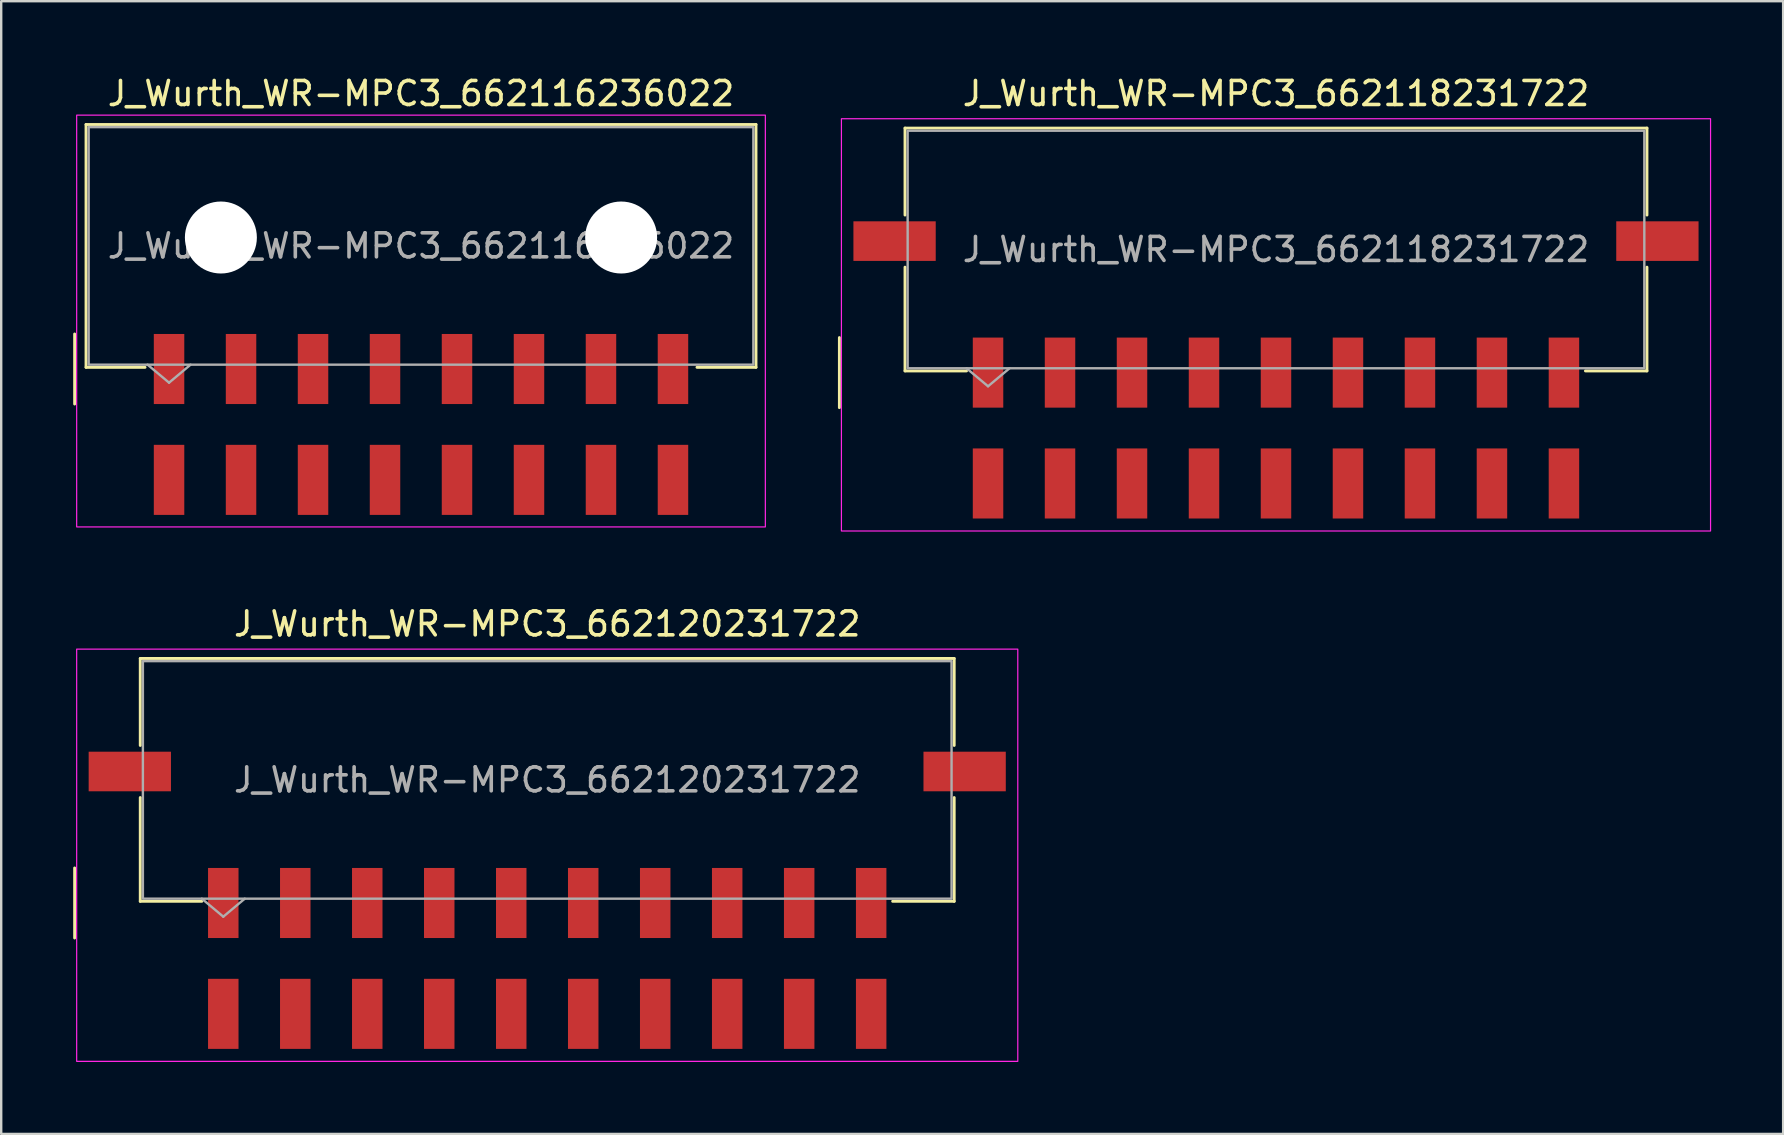
<source format=kicad_pcb>
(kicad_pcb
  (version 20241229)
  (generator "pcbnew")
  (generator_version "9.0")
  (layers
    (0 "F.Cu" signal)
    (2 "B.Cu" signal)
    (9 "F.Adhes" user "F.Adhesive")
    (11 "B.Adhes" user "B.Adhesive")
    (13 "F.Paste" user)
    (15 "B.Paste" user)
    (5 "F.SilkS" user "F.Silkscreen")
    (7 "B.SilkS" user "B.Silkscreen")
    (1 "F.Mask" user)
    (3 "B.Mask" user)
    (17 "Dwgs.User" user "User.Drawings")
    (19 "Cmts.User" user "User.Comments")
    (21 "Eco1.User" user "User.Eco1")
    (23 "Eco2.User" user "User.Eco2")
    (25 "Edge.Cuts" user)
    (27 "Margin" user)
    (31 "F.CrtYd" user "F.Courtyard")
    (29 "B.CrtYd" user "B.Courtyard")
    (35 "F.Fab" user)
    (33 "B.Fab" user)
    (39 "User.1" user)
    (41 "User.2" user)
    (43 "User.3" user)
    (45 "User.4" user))
  (footprint "J_Wurth_WR-MPC3_662118231722"
    (layer "F.Cu")
    (at 50.125 7.348)
    (property "Reference" "J_Wurth_WR-MPC3_662118231722" (at 0 -6.5 0) (unlocked yes) (layer "F.SilkS") (effects (font (size 1 1) (thickness 0.15))))
    (attr smd)
    (fp_line (start -18.195 6.59) (end -18.195 3.67) (stroke (width 0.12) (type solid)) (layer "F.SilkS"))
    (fp_line (start -15.46 -5.06) (end -15.46 -1.435) (stroke (width 0.12) (type solid)) (layer "F.SilkS"))
    (fp_line (start -15.46 -5.06) (end 15.46 -5.06) (stroke (width 0.12) (type default)) (layer "F.SilkS"))
    (fp_line (start -15.46 0.735) (end -15.46 5.06) (stroke (width 0.12) (type solid)) (layer "F.SilkS"))
    (fp_line (start -12.895 5.06) (end -15.46 5.06) (stroke (width 0.12) (type solid)) (layer "F.SilkS"))
    (fp_line (start 15.46 -5.06) (end 15.46 -1.435) (stroke (width 0.12) (type solid)) (layer "F.SilkS"))
    (fp_line (start 15.46 0.735) (end 15.46 5.06) (stroke (width 0.12) (type solid)) (layer "F.SilkS"))
    (fp_line (start 15.46 5.06) (end 12.895 5.06) (stroke (width 0.12) (type solid)) (layer "F.SilkS"))
    (fp_rect (start -18.11 -5.45) (end 18.11 11.73) (stroke (width 0.05) (type solid)) (fill no) (layer "F.CrtYd"))
    (fp_line (start -12 5.7) (end -12.895 4.95) (stroke (width 0.1) (type solid)) (layer "F.Fab"))
    (fp_line (start -12 5.7) (end -11.105 4.95) (stroke (width 0.1) (type solid)) (layer "F.Fab"))
    (fp_rect (start -15.35 -4.95) (end 15.35 4.95) (stroke (width 0.1) (type solid)) (fill no) (layer "F.Fab"))
    (fp_text user "${REFERENCE}" (at 0 0 0) (unlocked yes) (layer "F.Fab") (effects (font (size 1 1) (thickness 0.15))))
    (pad "1" smd rect (at -12 5.13 180) (size 1.27 2.92) (layers "F.Cu" "F.Mask" "F.Paste"))
    (pad "2" smd rect (at -9 5.13 180) (size 1.27 2.92) (layers "F.Cu" "F.Mask" "F.Paste"))
    (pad "3" smd rect (at -6 5.13 180) (size 1.27 2.92) (layers "F.Cu" "F.Mask" "F.Paste"))
    (pad "4" smd rect (at -3 5.13 180) (size 1.27 2.92) (layers "F.Cu" "F.Mask" "F.Paste"))
    (pad "5" smd rect (at 0 5.13 180) (size 1.27 2.92) (layers "F.Cu" "F.Mask" "F.Paste"))
    (pad "6" smd rect (at 3 5.13 180) (size 1.27 2.92) (layers "F.Cu" "F.Mask" "F.Paste"))
    (pad "7" smd rect (at 6 5.13 180) (size 1.27 2.92) (layers "F.Cu" "F.Mask" "F.Paste"))
    (pad "8" smd rect (at 9 5.13 180) (size 1.27 2.92) (layers "F.Cu" "F.Mask" "F.Paste"))
    (pad "9" smd rect (at 12 5.13 180) (size 1.27 2.92) (layers "F.Cu" "F.Mask" "F.Paste"))
    (pad "10" smd rect (at -12 9.75 180) (size 1.27 2.92) (layers "F.Cu" "F.Mask" "F.Paste"))
    (pad "11" smd rect (at -9 9.75 180) (size 1.27 2.92) (layers "F.Cu" "F.Mask" "F.Paste"))
    (pad "12" smd rect (at -6 9.75 180) (size 1.27 2.92) (layers "F.Cu" "F.Mask" "F.Paste"))
    (pad "13" smd rect (at -3 9.75 180) (size 1.27 2.92) (layers "F.Cu" "F.Mask" "F.Paste"))
    (pad "14" smd rect (at 0 9.75 180) (size 1.27 2.92) (layers "F.Cu" "F.Mask" "F.Paste"))
    (pad "15" smd rect (at 3 9.75 180) (size 1.27 2.92) (layers "F.Cu" "F.Mask" "F.Paste"))
    (pad "16" smd rect (at 6 9.75 180) (size 1.27 2.92) (layers "F.Cu" "F.Mask" "F.Paste"))
    (pad "17" smd rect (at 9 9.75 180) (size 1.27 2.92) (layers "F.Cu" "F.Mask" "F.Paste"))
    (pad "18" smd rect (at 12 9.75 180) (size 1.27 2.92) (layers "F.Cu" "F.Mask" "F.Paste"))
    (pad "MP1" smd rect (at 15.895 -0.35 180) (size 3.43 1.65) (layers "F.Cu" "F.Mask" "F.Paste"))
    (pad "MP2" smd rect (at -15.895 -0.35 180) (size 3.43 1.65) (layers "F.Cu" "F.Mask" "F.Paste")))
  (footprint "J_Wurth_WR-MPC3_662116236022"
    (layer "F.Cu")
    (at 14.495 7.198)
    (property "Reference" "J_Wurth_WR-MPC3_662116236022" (at 0 -6.35 0) (unlocked yes) (layer "F.SilkS") (effects (font (size 1 1) (thickness 0.15))))
    (attr smd)
    (fp_line (start -14.435 6.59) (end -14.435 3.67) (stroke (width 0.12) (type solid)) (layer "F.SilkS"))
    (fp_line (start -13.96 -5.06) (end -13.96 5.06) (stroke (width 0.12) (type solid)) (layer "F.SilkS"))
    (fp_line (start -13.96 -5.06) (end 13.96 -5.06) (stroke (width 0.12) (type solid)) (layer "F.SilkS"))
    (fp_line (start -11.5 5.06) (end -13.96 5.06) (stroke (width 0.12) (type solid)) (layer "F.SilkS"))
    (fp_line (start 11.5 5.06) (end 13.96 5.06) (stroke (width 0.12) (type solid)) (layer "F.SilkS"))
    (fp_line (start 13.96 -5.06) (end 13.96 5.06) (stroke (width 0.12) (type solid)) (layer "F.SilkS"))
    (fp_rect (start -14.35 -5.45) (end 14.35 11.71) (stroke (width 0.05) (type solid)) (fill no) (layer "F.CrtYd"))
    (fp_line (start -10.5 5.7) (end -11.395 4.95) (stroke (width 0.1) (type solid)) (layer "F.Fab"))
    (fp_line (start -10.5 5.7) (end -9.605 4.95) (stroke (width 0.1) (type solid)) (layer "F.Fab"))
    (fp_rect (start -13.85 -4.95) (end 13.85 4.95) (stroke (width 0.1) (type solid)) (fill no) (layer "F.Fab"))
    (fp_text user "${REFERENCE}" (at 0 0 0) (unlocked yes) (layer "F.Fab") (effects (font (size 1 1) (thickness 0.15))))
    (pad "" np_thru_hole circle (at -8.34 -0.35 180) (size 3 3) (drill 3) (layers "*.Cu" "*.Mask"))
    (pad "" np_thru_hole circle (at 8.34 -0.35 180) (size 3 3) (drill 3) (layers "*.Cu" "*.Mask"))
    (pad "1" smd rect (at -10.5 5.13 180) (size 1.27 2.92) (layers "F.Cu" "F.Mask" "F.Paste"))
    (pad "2" smd rect (at -7.5 5.13 180) (size 1.27 2.92) (layers "F.Cu" "F.Mask" "F.Paste"))
    (pad "3" smd rect (at -4.5 5.13 180) (size 1.27 2.92) (layers "F.Cu" "F.Mask" "F.Paste"))
    (pad "4" smd rect (at -1.5 5.13 180) (size 1.27 2.92) (layers "F.Cu" "F.Mask" "F.Paste"))
    (pad "5" smd rect (at 1.5 5.13 180) (size 1.27 2.92) (layers "F.Cu" "F.Mask" "F.Paste"))
    (pad "6" smd rect (at 4.5 5.13 180) (size 1.27 2.92) (layers "F.Cu" "F.Mask" "F.Paste"))
    (pad "7" smd rect (at 7.5 5.13 180) (size 1.27 2.92) (layers "F.Cu" "F.Mask" "F.Paste"))
    (pad "8" smd rect (at 10.5 5.13 180) (size 1.27 2.92) (layers "F.Cu" "F.Mask" "F.Paste"))
    (pad "9" smd rect (at -10.5 9.75 180) (size 1.27 2.92) (layers "F.Cu" "F.Mask" "F.Paste"))
    (pad "10" smd rect (at -7.5 9.75 180) (size 1.27 2.92) (layers "F.Cu" "F.Mask" "F.Paste"))
    (pad "11" smd rect (at -4.5 9.75 180) (size 1.27 2.92) (layers "F.Cu" "F.Mask" "F.Paste"))
    (pad "12" smd rect (at -1.5 9.75 180) (size 1.27 2.92) (layers "F.Cu" "F.Mask" "F.Paste"))
    (pad "13" smd rect (at 1.5 9.75 180) (size 1.27 2.92) (layers "F.Cu" "F.Mask" "F.Paste"))
    (pad "14" smd rect (at 4.5 9.75 180) (size 1.27 2.92) (layers "F.Cu" "F.Mask" "F.Paste"))
    (pad "15" smd rect (at 7.5 9.75 180) (size 1.27 2.92) (layers "F.Cu" "F.Mask" "F.Paste"))
    (pad "16" smd rect (at 10.5 9.75 180) (size 1.27 2.92) (layers "F.Cu" "F.Mask" "F.Paste")))
  (footprint "J_Wurth_WR-MPC3_662120231722"
    (layer "F.Cu")
    (at 19.755 29.451)
    (property "Reference" "J_Wurth_WR-MPC3_662120231722" (at 0 -6.5 0) (unlocked yes) (layer "F.SilkS") (effects (font (size 1 1) (thickness 0.15))))
    (attr smd)
    (fp_line (start -19.695 6.59) (end -19.695 3.67) (stroke (width 0.12) (type solid)) (layer "F.SilkS"))
    (fp_line (start -16.96 -5.06) (end -16.96 -1.435) (stroke (width 0.12) (type solid)) (layer "F.SilkS"))
    (fp_line (start -16.96 -5.06) (end 16.96 -5.06) (stroke (width 0.12) (type default)) (layer "F.SilkS"))
    (fp_line (start -16.96 0.735) (end -16.96 5.06) (stroke (width 0.12) (type solid)) (layer "F.SilkS"))
    (fp_line (start -14.395 5.06) (end -16.96 5.06) (stroke (width 0.12) (type solid)) (layer "F.SilkS"))
    (fp_line (start 16.96 -5.06) (end 16.96 -1.435) (stroke (width 0.12) (type solid)) (layer "F.SilkS"))
    (fp_line (start 16.96 0.735) (end 16.96 5.06) (stroke (width 0.12) (type solid)) (layer "F.SilkS"))
    (fp_line (start 16.96 5.06) (end 14.395 5.06) (stroke (width 0.12) (type solid)) (layer "F.SilkS"))
    (fp_rect (start -19.61 -5.45) (end 19.61 11.73) (stroke (width 0.05) (type solid)) (fill no) (layer "F.CrtYd"))
    (fp_line (start -13.5 5.7) (end -14.395 4.95) (stroke (width 0.1) (type solid)) (layer "F.Fab"))
    (fp_line (start -13.5 5.7) (end -12.605 4.95) (stroke (width 0.1) (type solid)) (layer "F.Fab"))
    (fp_rect (start -16.85 -4.95) (end 16.85 4.95) (stroke (width 0.1) (type solid)) (fill no) (layer "F.Fab"))
    (fp_text user "${REFERENCE}" (at 0 0 0) (unlocked yes) (layer "F.Fab") (effects (font (size 1 1) (thickness 0.15))))
    (pad "1" smd rect (at -13.5 5.13 180) (size 1.27 2.92) (layers "F.Cu" "F.Mask" "F.Paste"))
    (pad "2" smd rect (at -10.5 5.13 180) (size 1.27 2.92) (layers "F.Cu" "F.Mask" "F.Paste"))
    (pad "3" smd rect (at -7.5 5.13 180) (size 1.27 2.92) (layers "F.Cu" "F.Mask" "F.Paste"))
    (pad "4" smd rect (at -4.5 5.13 180) (size 1.27 2.92) (layers "F.Cu" "F.Mask" "F.Paste"))
    (pad "5" smd rect (at -1.5 5.13 180) (size 1.27 2.92) (layers "F.Cu" "F.Mask" "F.Paste"))
    (pad "6" smd rect (at 1.5 5.13 180) (size 1.27 2.92) (layers "F.Cu" "F.Mask" "F.Paste"))
    (pad "7" smd rect (at 4.5 5.13 180) (size 1.27 2.92) (layers "F.Cu" "F.Mask" "F.Paste"))
    (pad "8" smd rect (at 7.5 5.13 180) (size 1.27 2.92) (layers "F.Cu" "F.Mask" "F.Paste"))
    (pad "9" smd rect (at 10.5 5.13 180) (size 1.27 2.92) (layers "F.Cu" "F.Mask" "F.Paste"))
    (pad "10" smd rect (at 13.5 5.13 180) (size 1.27 2.92) (layers "F.Cu" "F.Mask" "F.Paste"))
    (pad "11" smd rect (at -13.5 9.75 180) (size 1.27 2.92) (layers "F.Cu" "F.Mask" "F.Paste"))
    (pad "12" smd rect (at -10.5 9.75 180) (size 1.27 2.92) (layers "F.Cu" "F.Mask" "F.Paste"))
    (pad "13" smd rect (at -7.5 9.75 180) (size 1.27 2.92) (layers "F.Cu" "F.Mask" "F.Paste"))
    (pad "14" smd rect (at -4.5 9.75 180) (size 1.27 2.92) (layers "F.Cu" "F.Mask" "F.Paste"))
    (pad "15" smd rect (at -1.5 9.75 180) (size 1.27 2.92) (layers "F.Cu" "F.Mask" "F.Paste"))
    (pad "16" smd rect (at 1.5 9.75 180) (size 1.27 2.92) (layers "F.Cu" "F.Mask" "F.Paste"))
    (pad "17" smd rect (at 4.5 9.75 180) (size 1.27 2.92) (layers "F.Cu" "F.Mask" "F.Paste"))
    (pad "18" smd rect (at 7.5 9.75 180) (size 1.27 2.92) (layers "F.Cu" "F.Mask" "F.Paste"))
    (pad "19" smd rect (at 10.5 9.75 180) (size 1.27 2.92) (layers "F.Cu" "F.Mask" "F.Paste"))
    (pad "20" smd rect (at 13.5 9.75 180) (size 1.27 2.92) (layers "F.Cu" "F.Mask" "F.Paste"))
    (pad "MP1" smd rect (at 17.395 -0.35 180) (size 3.43 1.65) (layers "F.Cu" "F.Mask" "F.Paste"))
    (pad "MP2" smd rect (at -17.395 -0.35 180) (size 3.43 1.65) (layers "F.Cu" "F.Mask" "F.Paste")))
  (gr_rect
    (start -3 -3)
    (end 71.26 44.206)
    (stroke (width 0.1) (type default))
    (fill no)
    (layer "Edge.Cuts")))
</source>
